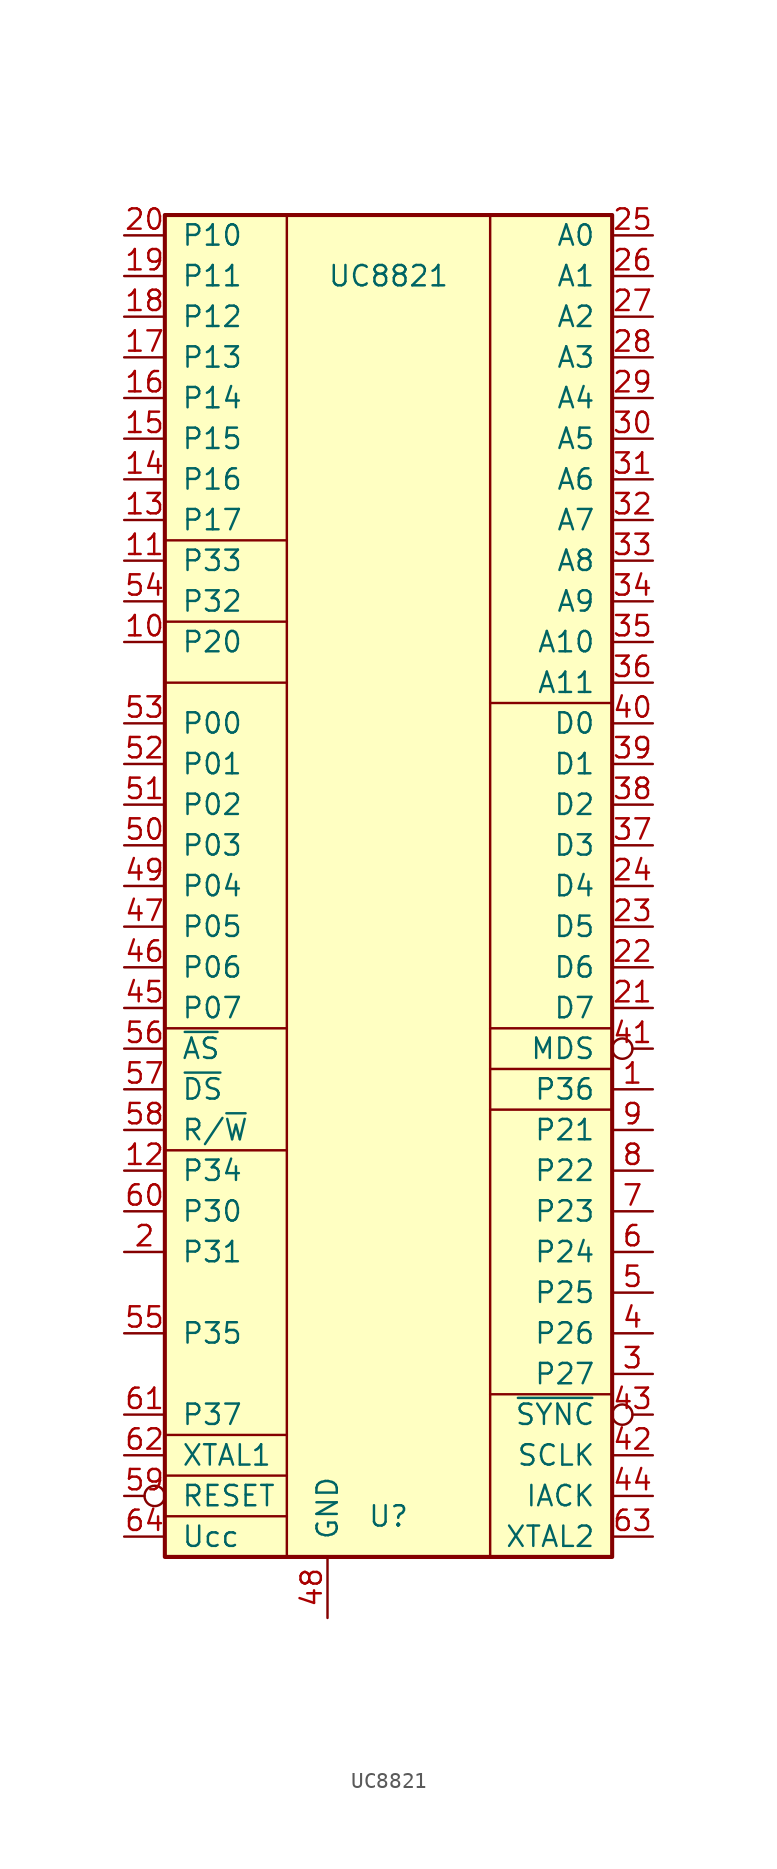
<source format=kicad_sym>
(kicad_symbol_lib
  (version 20211014)
  (generator kicad_symbol_editor)
  (symbol "UC8821"
    (pin_names
      (offset 1.016))
    (property "Reference" "U"
      (at 0 -39.37 0)
      (effects (font (size 1.27 1.27))))
    (property "Value" "UC8821"
      (at 0 38.1 0)
      (effects (font (size 1.27 1.27))))
    (symbol "UC8821_0_1"
      (rectangle (start -13.97 -39.37) (end -6.35 -39.37) (stroke (width 0) (type default) (color 0 0 0 0)) (fill (type none)))
      (rectangle (start -13.97 -36.83) (end -6.35 -36.83) (stroke (width 0) (type default) (color 0 0 0 0)) (fill (type none)))
      (rectangle (start -13.97 -34.29) (end -6.35 -34.29) (stroke (width 0) (type default) (color 0 0 0 0)) (fill (type none)))
      (rectangle (start -13.97 -16.51) (end -6.35 -16.51) (stroke (width 0) (type default) (color 0 0 0 0)) (fill (type none)))
      (rectangle (start -13.97 -8.89) (end -6.35 -8.89) (stroke (width 0) (type default) (color 0 0 0 0)) (fill (type none)))
      (rectangle (start -13.97 12.7) (end -6.35 12.7) (stroke (width 0) (type default) (color 0 0 0 0)) (fill (type none)))
      (rectangle (start -13.97 16.51) (end -6.35 16.51) (stroke (width 0) (type default) (color 0 0 0 0)) (fill (type none)))
      (rectangle (start -13.97 21.59) (end -6.35 21.59) (stroke (width 0) (type default) (color 0 0 0 0)) (fill (type none)))
      (rectangle (start -6.35 -41.91) (end -6.35 41.91) (stroke (width 0) (type default) (color 0 0 0 0)) (fill (type none)))
      (rectangle (start 6.35 -31.75) (end 13.97 -31.75) (stroke (width 0) (type default) (color 0 0 0 0)) (fill (type none)))
      (rectangle (start 6.35 -13.97) (end 13.97 -13.97) (stroke (width 0) (type default) (color 0 0 0 0)) (fill (type none)))
      (rectangle (start 6.35 -11.43) (end 13.97 -11.43) (stroke (width 0) (type default) (color 0 0 0 0)) (fill (type none)))
      (rectangle (start 6.35 -8.89) (end 13.97 -8.89) (stroke (width 0) (type default) (color 0 0 0 0)) (fill (type none)))
      (rectangle (start 6.35 11.43) (end 13.97 11.43) (stroke (width 0) (type default) (color 0 0 0 0)) (fill (type none)))
      (rectangle (start 6.35 41.91) (end 6.35 -41.91) (stroke (width 0) (type default) (color 0 0 0 0)) (fill (type none)))
      (rectangle (start 13.97 -41.91) (end -13.97 41.91) (stroke (width 0.254) (type default) (color 0 0 0 0)) (fill (type background))))
    (symbol "UC8821_1_1"
      (pin bidirectional line (at 16.51 -12.7 180) (length 2.54) (name "P36" (effects (font (size 1.27 1.27)))) (number "1" (effects (font (size 1.27 1.27)))))
      (pin bidirectional line (at -16.51 15.24 0) (length 2.54) (name "P20" (effects (font (size 1.27 1.27)))) (number "10" (effects (font (size 1.27 1.27)))))
      (pin bidirectional line (at -16.51 20.32 0) (length 2.54) (name "P33" (effects (font (size 1.27 1.27)))) (number "11" (effects (font (size 1.27 1.27)))))
      (pin bidirectional line (at -16.51 -17.78 0) (length 2.54) (name "P34" (effects (font (size 1.27 1.27)))) (number "12" (effects (font (size 1.27 1.27)))))
      (pin bidirectional line (at -16.51 22.86 0) (length 2.54) (name "P17" (effects (font (size 1.27 1.27)))) (number "13" (effects (font (size 1.27 1.27)))))
      (pin bidirectional line (at -16.51 25.4 0) (length 2.54) (name "P16" (effects (font (size 1.27 1.27)))) (number "14" (effects (font (size 1.27 1.27)))))
      (pin bidirectional line (at -16.51 27.94 0) (length 2.54) (name "P15" (effects (font (size 1.27 1.27)))) (number "15" (effects (font (size 1.27 1.27)))))
      (pin bidirectional line (at -16.51 30.48 0) (length 2.54) (name "P14" (effects (font (size 1.27 1.27)))) (number "16" (effects (font (size 1.27 1.27)))))
      (pin bidirectional line (at -16.51 33.02 0) (length 2.54) (name "P13" (effects (font (size 1.27 1.27)))) (number "17" (effects (font (size 1.27 1.27)))))
      (pin bidirectional line (at -16.51 35.56 0) (length 2.54) (name "P12" (effects (font (size 1.27 1.27)))) (number "18" (effects (font (size 1.27 1.27)))))
      (pin bidirectional line (at -16.51 38.1 0) (length 2.54) (name "P11" (effects (font (size 1.27 1.27)))) (number "19" (effects (font (size 1.27 1.27)))))
      (pin bidirectional line (at -16.51 -22.86 0) (length 2.54) (name "P31" (effects (font (size 1.27 1.27)))) (number "2" (effects (font (size 1.27 1.27)))))
      (pin bidirectional line (at -16.51 40.64 0) (length 2.54) (name "P10" (effects (font (size 1.27 1.27)))) (number "20" (effects (font (size 1.27 1.27)))))
      (pin input line (at 16.51 -7.62 180) (length 2.54) (name "D7" (effects (font (size 1.27 1.27)))) (number "21" (effects (font (size 1.27 1.27)))))
      (pin input line (at 16.51 -5.08 180) (length 2.54) (name "D6" (effects (font (size 1.27 1.27)))) (number "22" (effects (font (size 1.27 1.27)))))
      (pin input line (at 16.51 -2.54 180) (length 2.54) (name "D5" (effects (font (size 1.27 1.27)))) (number "23" (effects (font (size 1.27 1.27)))))
      (pin input line (at 16.51 0 180) (length 2.54) (name "D4" (effects (font (size 1.27 1.27)))) (number "24" (effects (font (size 1.27 1.27)))))
      (pin output line (at 16.51 40.64 180) (length 2.54) (name "A0" (effects (font (size 1.27 1.27)))) (number "25" (effects (font (size 1.27 1.27)))))
      (pin output line (at 16.51 38.1 180) (length 2.54) (name "A1" (effects (font (size 1.27 1.27)))) (number "26" (effects (font (size 1.27 1.27)))))
      (pin output line (at 16.51 35.56 180) (length 2.54) (name "A2" (effects (font (size 1.27 1.27)))) (number "27" (effects (font (size 1.27 1.27)))))
      (pin output line (at 16.51 33.02 180) (length 2.54) (name "A3" (effects (font (size 1.27 1.27)))) (number "28" (effects (font (size 1.27 1.27)))))
      (pin output line (at 16.51 30.48 180) (length 2.54) (name "A4" (effects (font (size 1.27 1.27)))) (number "29" (effects (font (size 1.27 1.27)))))
      (pin bidirectional line (at 16.51 -30.48 180) (length 2.54) (name "P27" (effects (font (size 1.27 1.27)))) (number "3" (effects (font (size 1.27 1.27)))))
      (pin output line (at 16.51 27.94 180) (length 2.54) (name "A5" (effects (font (size 1.27 1.27)))) (number "30" (effects (font (size 1.27 1.27)))))
      (pin output line (at 16.51 25.4 180) (length 2.54) (name "A6" (effects (font (size 1.27 1.27)))) (number "31" (effects (font (size 1.27 1.27)))))
      (pin output line (at 16.51 22.86 180) (length 2.54) (name "A7" (effects (font (size 1.27 1.27)))) (number "32" (effects (font (size 1.27 1.27)))))
      (pin output line (at 16.51 20.32 180) (length 2.54) (name "A8" (effects (font (size 1.27 1.27)))) (number "33" (effects (font (size 1.27 1.27)))))
      (pin output line (at 16.51 17.78 180) (length 2.54) (name "A9" (effects (font (size 1.27 1.27)))) (number "34" (effects (font (size 1.27 1.27)))))
      (pin output line (at 16.51 15.24 180) (length 2.54) (name "A10" (effects (font (size 1.27 1.27)))) (number "35" (effects (font (size 1.27 1.27)))))
      (pin output line (at 16.51 12.7 180) (length 2.54) (name "A11" (effects (font (size 1.27 1.27)))) (number "36" (effects (font (size 1.27 1.27)))))
      (pin input line (at 16.51 2.54 180) (length 2.54) (name "D3" (effects (font (size 1.27 1.27)))) (number "37" (effects (font (size 1.27 1.27)))))
      (pin input line (at 16.51 5.08 180) (length 2.54) (name "D2" (effects (font (size 1.27 1.27)))) (number "38" (effects (font (size 1.27 1.27)))))
      (pin input line (at 16.51 7.62 180) (length 2.54) (name "D1" (effects (font (size 1.27 1.27)))) (number "39" (effects (font (size 1.27 1.27)))))
      (pin bidirectional line (at 16.51 -27.94 180) (length 2.54) (name "P26" (effects (font (size 1.27 1.27)))) (number "4" (effects (font (size 1.27 1.27)))))
      (pin input line (at 16.51 10.16 180) (length 2.54) (name "D0" (effects (font (size 1.27 1.27)))) (number "40" (effects (font (size 1.27 1.27)))))
      (pin output inverted (at 16.51 -10.16 180) (length 2.54) (name "MDS" (effects (font (size 1.27 1.27)))) (number "41" (effects (font (size 1.27 1.27)))))
      (pin output line (at 16.51 -35.56 180) (length 2.54) (name "SCLK" (effects (font (size 1.27 1.27)))) (number "42" (effects (font (size 1.27 1.27)))))
      (pin output inverted (at 16.51 -33.02 180) (length 2.54) (name "~{SYNC}" (effects (font (size 1.27 1.27)))) (number "43" (effects (font (size 1.27 1.27)))))
      (pin output line (at 16.51 -38.1 180) (length 2.54) (name "IACK" (effects (font (size 1.27 1.27)))) (number "44" (effects (font (size 1.27 1.27)))))
      (pin bidirectional line (at -16.51 -7.62 0) (length 2.54) (name "P07" (effects (font (size 1.27 1.27)))) (number "45" (effects (font (size 1.27 1.27)))))
      (pin bidirectional line (at -16.51 -5.08 0) (length 2.54) (name "P06" (effects (font (size 1.27 1.27)))) (number "46" (effects (font (size 1.27 1.27)))))
      (pin bidirectional line (at -16.51 -2.54 0) (length 2.54) (name "P05" (effects (font (size 1.27 1.27)))) (number "47" (effects (font (size 1.27 1.27)))))
      (pin power_in line (at -3.81 -45.72 90) (length 3.81) (name "GND" (effects (font (size 1.27 1.27)))) (number "48" (effects (font (size 1.27 1.27)))))
      (pin bidirectional line (at -16.51 0 0) (length 2.54) (name "P04" (effects (font (size 1.27 1.27)))) (number "49" (effects (font (size 1.27 1.27)))))
      (pin bidirectional line (at 16.51 -25.4 180) (length 2.54) (name "P25" (effects (font (size 1.27 1.27)))) (number "5" (effects (font (size 1.27 1.27)))))
      (pin bidirectional line (at -16.51 2.54 0) (length 2.54) (name "P03" (effects (font (size 1.27 1.27)))) (number "50" (effects (font (size 1.27 1.27)))))
      (pin bidirectional line (at -16.51 5.08 0) (length 2.54) (name "P02" (effects (font (size 1.27 1.27)))) (number "51" (effects (font (size 1.27 1.27)))))
      (pin bidirectional line (at -16.51 7.62 0) (length 2.54) (name "P01" (effects (font (size 1.27 1.27)))) (number "52" (effects (font (size 1.27 1.27)))))
      (pin bidirectional line (at -16.51 10.16 0) (length 2.54) (name "P00" (effects (font (size 1.27 1.27)))) (number "53" (effects (font (size 1.27 1.27)))))
      (pin bidirectional line (at -16.51 17.78 0) (length 2.54) (name "P32" (effects (font (size 1.27 1.27)))) (number "54" (effects (font (size 1.27 1.27)))))
      (pin bidirectional line (at -16.51 -27.94 0) (length 2.54) (name "P35" (effects (font (size 1.27 1.27)))) (number "55" (effects (font (size 1.27 1.27)))))
      (pin output line (at -16.51 -10.16 0) (length 2.54) (name "~{AS}" (effects (font (size 1.27 1.27)))) (number "56" (effects (font (size 1.27 1.27)))))
      (pin output line (at -16.51 -12.7 0) (length 2.54) (name "~{DS}" (effects (font (size 1.27 1.27)))) (number "57" (effects (font (size 1.27 1.27)))))
      (pin output line (at -16.51 -15.24 0) (length 2.54) (name "R/~{W}" (effects (font (size 1.27 1.27)))) (number "58" (effects (font (size 1.27 1.27)))))
      (pin input inverted (at -16.51 -38.1 0) (length 2.54) (name "RESET" (effects (font (size 1.27 1.27)))) (number "59" (effects (font (size 1.27 1.27)))))
      (pin bidirectional line (at 16.51 -22.86 180) (length 2.54) (name "P24" (effects (font (size 1.27 1.27)))) (number "6" (effects (font (size 1.27 1.27)))))
      (pin bidirectional line (at -16.51 -20.32 0) (length 2.54) (name "P30" (effects (font (size 1.27 1.27)))) (number "60" (effects (font (size 1.27 1.27)))))
      (pin bidirectional line (at -16.51 -33.02 0) (length 2.54) (name "P37" (effects (font (size 1.27 1.27)))) (number "61" (effects (font (size 1.27 1.27)))))
      (pin input line (at -16.51 -35.56 0) (length 2.54) (name "XTAL1" (effects (font (size 1.27 1.27)))) (number "62" (effects (font (size 1.27 1.27)))))
      (pin input line (at 16.51 -40.64 180) (length 2.54) (name "XTAL2" (effects (font (size 1.27 1.27)))) (number "63" (effects (font (size 1.27 1.27)))))
      (pin power_in line (at -16.51 -40.64 0) (length 2.54) (name "Ucc" (effects (font (size 1.27 1.27)))) (number "64" (effects (font (size 1.27 1.27)))))
      (pin bidirectional line (at 16.51 -20.32 180) (length 2.54) (name "P23" (effects (font (size 1.27 1.27)))) (number "7" (effects (font (size 1.27 1.27)))))
      (pin bidirectional line (at 16.51 -17.78 180) (length 2.54) (name "P22" (effects (font (size 1.27 1.27)))) (number "8" (effects (font (size 1.27 1.27)))))
      (pin bidirectional line (at 16.51 -15.24 180) (length 2.54) (name "P21" (effects (font (size 1.27 1.27)))) (number "9" (effects (font (size 1.27 1.27))))))))
</source>
